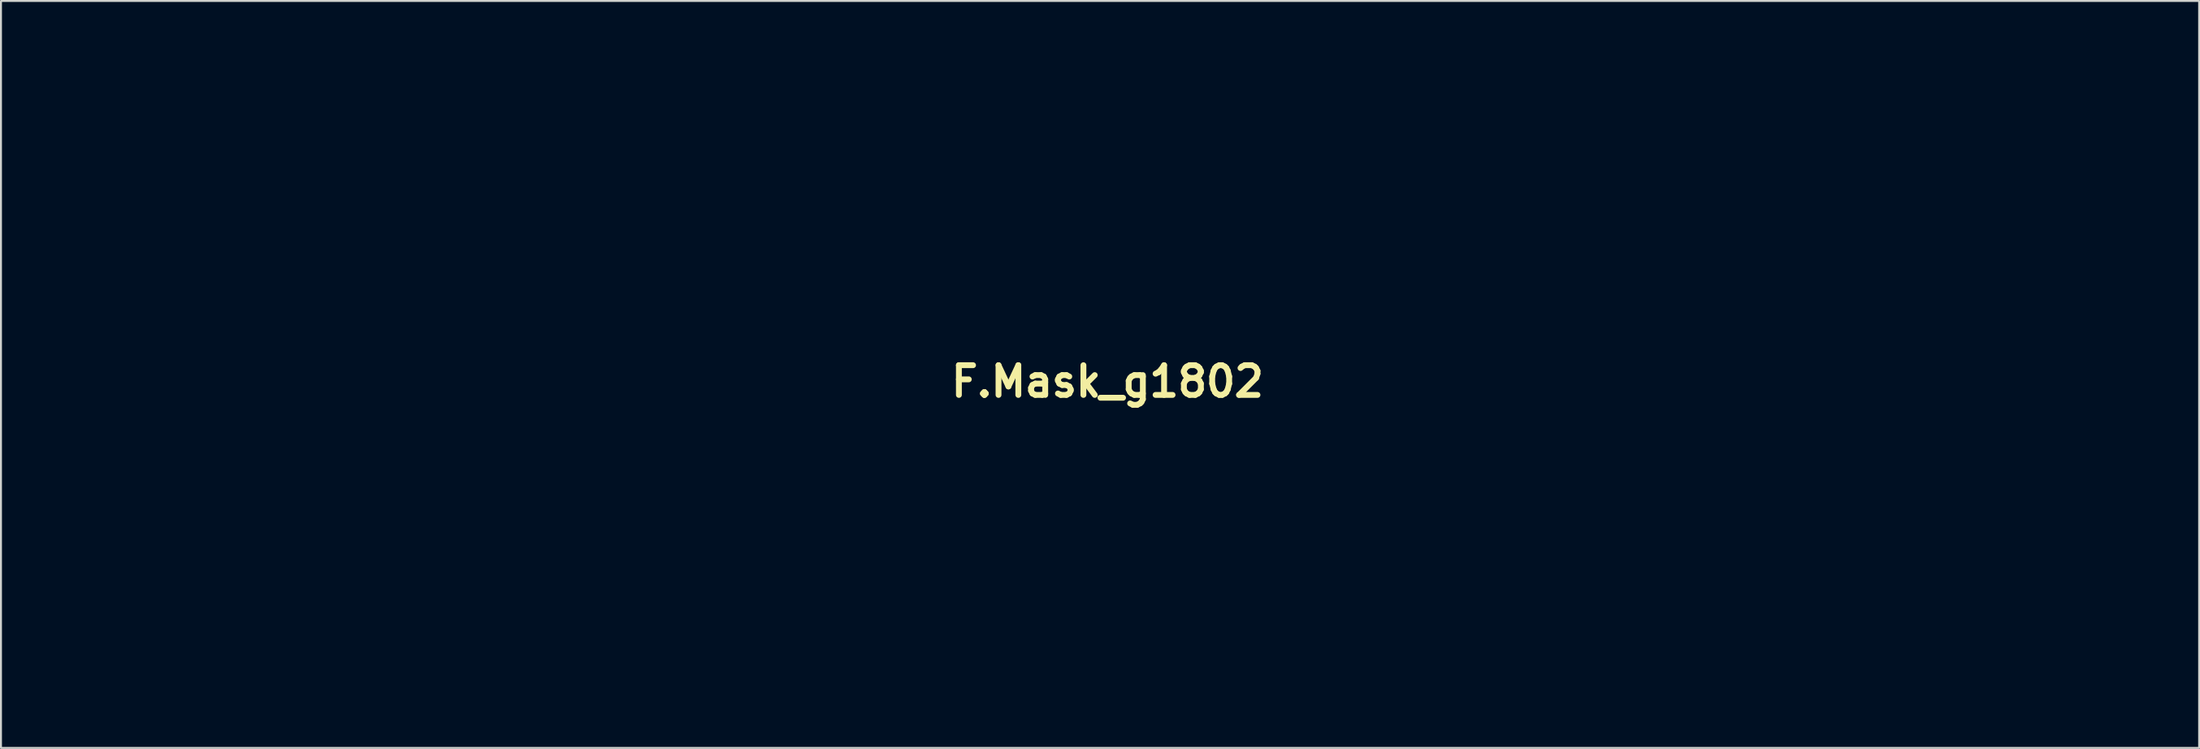
<source format=kicad_pcb>
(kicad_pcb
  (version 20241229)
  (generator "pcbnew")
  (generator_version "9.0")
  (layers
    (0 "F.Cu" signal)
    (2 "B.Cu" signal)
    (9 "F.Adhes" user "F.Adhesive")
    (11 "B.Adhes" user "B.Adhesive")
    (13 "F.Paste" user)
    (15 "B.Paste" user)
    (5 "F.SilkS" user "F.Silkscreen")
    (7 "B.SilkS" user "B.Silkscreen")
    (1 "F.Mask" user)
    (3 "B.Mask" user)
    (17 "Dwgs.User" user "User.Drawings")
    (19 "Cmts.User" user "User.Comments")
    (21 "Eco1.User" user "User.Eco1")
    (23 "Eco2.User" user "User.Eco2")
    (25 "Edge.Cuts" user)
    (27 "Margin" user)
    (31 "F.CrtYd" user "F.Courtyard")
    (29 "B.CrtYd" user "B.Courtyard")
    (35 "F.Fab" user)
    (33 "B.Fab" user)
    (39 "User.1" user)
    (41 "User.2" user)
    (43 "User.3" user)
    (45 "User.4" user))
  (footprint "F.Mask_g1802"
    (layer "F.Cu")
    (at 53.747 16.515)
    (property "Reference" "F.Mask_g1802" (at 0 0 0) (layer "F.SilkS") (effects (font (size 1.524 1.524) (thickness 0.3))))
    (attr through_hole)
    (fp_poly (pts (xy -1.143 1.928) (xy -0.867 1.929) (xy -0.553 1.929) (xy -0.265 1.93) (xy 1.704 1.937) (xy 1.843 2.002) (xy 1.964 2.074) (xy 2.075 2.166) (xy 2.167 2.269) (xy 2.23 2.372) (xy 2.236 2.388) (xy 2.244 2.41) (xy 2.25 2.436) (xy 2.256 2.47) (xy 2.26 2.515) (xy 2.264 2.573) (xy 2.268 2.648) (xy 2.271 2.744) (xy 2.273 2.862) (xy 2.275 3.007) (xy 2.277 3.182) (xy 2.278 3.389) (xy 2.28 3.632) (xy 2.281 3.913) (xy 2.281 3.936) (xy 2.283 4.249) (xy 2.283 4.523) (xy 2.283 4.76) (xy 2.282 4.965) (xy 2.28 5.139) (xy 2.277 5.286) (xy 2.273 5.409) (xy 2.267 5.511) (xy 2.259 5.595) (xy 2.249 5.665) (xy 2.238 5.722) (xy 2.224 5.771) (xy 2.209 5.814) (xy 2.191 5.855) (xy 2.188 5.86) (xy 2.15 5.93) (xy 2.109 5.975) (xy 2.049 6.011) (xy 2.016 6.027) (xy 1.932 6.062) (xy 1.831 6.098) (xy 1.749 6.124) (xy 1.721 6.131) (xy 1.693 6.138) (xy 1.661 6.144) (xy 1.622 6.149) (xy 1.575 6.153) (xy 1.515 6.157) (xy 1.44 6.16) (xy 1.347 6.162) (xy 1.233 6.164) (xy 1.096 6.166) (xy 0.932 6.167) (xy 0.739 6.169) (xy 0.513 6.169) (xy 0.253 6.17) (xy -0.046 6.171) (xy -0.222 6.172) (xy -0.501 6.172) (xy -0.771 6.172) (xy -1.029 6.172) (xy -1.271 6.171) (xy -1.494 6.17) (xy -1.694 6.169) (xy -1.868 6.167) (xy -2.013 6.165) (xy -2.124 6.163) (xy -2.199 6.161) (xy -2.227 6.159) (xy -2.404 6.136) (xy -2.546 6.103) (xy -2.66 6.054) (xy -2.754 5.989) (xy -2.833 5.902) (xy -2.861 5.863) (xy -2.89 5.82) (xy -2.915 5.781) (xy -2.937 5.742) (xy -2.955 5.701) (xy -2.97 5.654) (xy -2.983 5.598) (xy -2.993 5.53) (xy -3 5.446) (xy -3.006 5.344) (xy -3.01 5.22) (xy -3.013 5.071) (xy -3.015 4.893) (xy -3.016 4.685) (xy -3.016 4.441) (xy -3.016 4.16) (xy -3.016 4.043) (xy -3.016 2.593) (xy -2.958 2.468) (xy -2.897 2.357) (xy -2.821 2.247) (xy -2.738 2.148) (xy -2.655 2.068) (xy -2.581 2.017) (xy -2.578 2.016) (xy -2.544 2.001) (xy -2.511 1.987) (xy -2.476 1.976) (xy -2.435 1.966) (xy -2.386 1.957) (xy -2.326 1.95) (xy -2.253 1.944) (xy -2.164 1.939) (xy -2.056 1.935) (xy -1.927 1.932) (xy -1.774 1.93) (xy -1.594 1.929) (xy -1.384 1.928) (xy -1.143 1.928)) (stroke (width 0.01) (type solid)) (fill yes) (layer "F.Mask"))
    (fp_poly (pts (xy 0.395 -10.759) (xy 0.967 -10.707) (xy 1.512 -10.626) (xy 2.031 -10.513) (xy 2.525 -10.37) (xy 2.994 -10.195) (xy 3.44 -9.989) (xy 3.864 -9.751) (xy 4.267 -9.481) (xy 4.487 -9.313) (xy 4.608 -9.211) (xy 4.745 -9.088) (xy 4.892 -8.949) (xy 5.043 -8.802) (xy 5.19 -8.652) (xy 5.328 -8.506) (xy 5.45 -8.371) (xy 5.55 -8.252) (xy 5.597 -8.191) (xy 5.863 -7.8) (xy 6.091 -7.393) (xy 6.283 -6.974) (xy 6.438 -6.544) (xy 6.556 -6.107) (xy 6.636 -5.664) (xy 6.678 -5.219) (xy 6.681 -4.774) (xy 6.647 -4.332) (xy 6.573 -3.895) (xy 6.461 -3.465) (xy 6.309 -3.046) (xy 6.19 -2.781) (xy 5.977 -2.393) (xy 5.728 -2.025) (xy 5.442 -1.678) (xy 5.12 -1.353) (xy 4.922 -1.179) (xy 4.396 -0.764) (xy 3.854 -0.387) (xy 3.296 -0.048) (xy 2.724 0.251) (xy 2.138 0.511) (xy 1.54 0.732) (xy 0.931 0.911) (xy 0.768 0.952) (xy 0.639 0.984) (xy 0.513 1.016) (xy 0.4 1.046) (xy 0.312 1.071) (xy 0.275 1.083) (xy 0.177 1.105) (xy 0.047 1.122) (xy -0.105 1.133) (xy -0.269 1.137) (xy -0.435 1.134) (xy -0.594 1.124) (xy -0.702 1.112) (xy -1.268 1.016) (xy -1.809 0.891) (xy -2.331 0.735) (xy -2.844 0.546) (xy -3.354 0.321) (xy -3.537 0.232) (xy -3.956 0.009) (xy -4.366 -0.236) (xy -4.76 -0.497) (xy -4.943 -0.631) (xy -0.799 -0.631) (xy -0.728 -0.526) (xy -0.686 -0.455) (xy -0.655 -0.384) (xy -0.644 -0.348) (xy -0.615 -0.278) (xy -0.552 -0.211) (xy -0.543 -0.203) (xy -0.462 -0.144) (xy -0.398 -0.113) (xy -0.336 -0.112) (xy -0.266 -0.139) (xy -0.186 -0.185) (xy -0.102 -0.242) (xy -0.016 -0.306) (xy 0.039 -0.351) (xy 0.108 -0.409) (xy 0.18 -0.465) (xy 0.218 -0.492) (xy 0.299 -0.546) (xy 0.236 -0.591) (xy 0.192 -0.629) (xy 0.134 -0.69) (xy 0.074 -0.76) (xy 0.065 -0.771) (xy -0.027 -0.87) (xy -0.118 -0.934) (xy -0.218 -0.966) (xy -0.309 -0.974) (xy -0.37 -0.971) (xy -0.422 -0.959) (xy -0.472 -0.934) (xy -0.53 -0.89) (xy -0.604 -0.822) (xy -0.648 -0.779) (xy -0.799 -0.631) (xy -4.943 -0.631) (xy -5.133 -0.77) (xy -5.479 -1.052) (xy -5.791 -1.337) (xy -5.929 -1.476) (xy -6.253 -1.841) (xy -6.535 -2.218) (xy -6.778 -2.606) (xy -6.98 -3.008) (xy -7.141 -3.421) (xy -7.262 -3.846) (xy -7.317 -4.117) (xy -7.331 -4.235) (xy -7.342 -4.386) (xy -7.349 -4.562) (xy -7.351 -4.753) (xy -7.349 -4.953) (xy -7.344 -5.151) (xy -7.334 -5.339) (xy -7.321 -5.508) (xy -7.314 -5.563) (xy -7.274 -5.819) (xy -5.033 -5.819) (xy -5.031 -5.551) (xy -5.011 -5.272) (xy -4.974 -4.987) (xy -4.951 -4.854) (xy -4.868 -4.497) (xy -4.76 -4.147) (xy -4.629 -3.812) (xy -4.479 -3.502) (xy -4.407 -3.376) (xy -4.229 -3.108) (xy -4.035 -2.877) (xy -3.822 -2.681) (xy -3.586 -2.515) (xy -3.396 -2.411) (xy -3.242 -2.355) (xy -3.068 -2.326) (xy -2.888 -2.323) (xy -2.716 -2.349) (xy -2.63 -2.375) (xy -2.487 -2.448) (xy -2.354 -2.554) (xy -2.244 -2.683) (xy -2.237 -2.695) (xy -2.184 -2.779) (xy -2.136 -2.871) (xy -2.089 -2.975) (xy -2.041 -3.099) (xy -1.991 -3.247) (xy -1.935 -3.426) (xy -1.881 -3.609) (xy -1.795 -3.905) (xy -1.819 -4.17) (xy -1.832 -4.273) (xy 1.144 -4.273) (xy 1.163 -3.956) (xy 1.174 -3.873) (xy 1.204 -3.687) (xy 1.243 -3.498) (xy 1.286 -3.315) (xy 1.333 -3.147) (xy 1.38 -3.003) (xy 1.426 -2.891) (xy 1.429 -2.884) (xy 1.522 -2.729) (xy 1.636 -2.591) (xy 1.762 -2.48) (xy 1.87 -2.413) (xy 1.977 -2.37) (xy 2.097 -2.338) (xy 2.213 -2.321) (xy 2.307 -2.32) (xy 2.361 -2.327) (xy 2.433 -2.336) (xy 2.457 -2.339) (xy 2.604 -2.376) (xy 2.76 -2.451) (xy 2.92 -2.56) (xy 3.083 -2.699) (xy 3.245 -2.864) (xy 3.402 -3.053) (xy 3.552 -3.262) (xy 3.691 -3.488) (xy 3.816 -3.726) (xy 3.895 -3.901) (xy 3.977 -4.121) (xy 4.053 -4.368) (xy 4.122 -4.634) (xy 4.18 -4.91) (xy 4.228 -5.187) (xy 4.263 -5.456) (xy 4.284 -5.709) (xy 4.288 -5.937) (xy 4.285 -6.032) (xy 4.255 -6.283) (xy 4.201 -6.53) (xy 4.125 -6.764) (xy 4.029 -6.976) (xy 3.918 -7.157) (xy 3.911 -7.167) (xy 3.779 -7.315) (xy 3.63 -7.434) (xy 3.469 -7.521) (xy 3.302 -7.572) (xy 3.133 -7.586) (xy 3.036 -7.576) (xy 2.921 -7.543) (xy 2.792 -7.487) (xy 2.662 -7.415) (xy 2.544 -7.335) (xy 2.477 -7.277) (xy 2.379 -7.178) (xy 2.265 -7.055) (xy 2.144 -6.918) (xy 2.026 -6.778) (xy 1.918 -6.645) (xy 1.829 -6.529) (xy 1.825 -6.523) (xy 1.747 -6.404) (xy 1.66 -6.256) (xy 1.572 -6.091) (xy 1.486 -5.919) (xy 1.41 -5.753) (xy 1.349 -5.602) (xy 1.334 -5.559) (xy 1.248 -5.259) (xy 1.187 -4.937) (xy 1.152 -4.604) (xy 1.144 -4.273) (xy -1.832 -4.273) (xy -1.875 -4.631) (xy -1.956 -5.06) (xy -2.062 -5.458) (xy -2.195 -5.828) (xy -2.318 -6.101) (xy -2.423 -6.299) (xy -2.537 -6.48) (xy -2.665 -6.654) (xy -2.815 -6.831) (xy -2.994 -7.02) (xy -3.005 -7.031) (xy -3.169 -7.191) (xy -3.313 -7.319) (xy -3.441 -7.419) (xy -3.559 -7.492) (xy -3.671 -7.542) (xy -3.781 -7.571) (xy -3.895 -7.583) (xy -3.937 -7.583) (xy -4.107 -7.563) (xy -4.26 -7.505) (xy -4.398 -7.41) (xy -4.521 -7.275) (xy -4.632 -7.101) (xy -4.633 -7.1) (xy -4.684 -7.009) (xy -4.738 -6.918) (xy -4.785 -6.845) (xy -4.794 -6.832) (xy -4.874 -6.689) (xy -4.938 -6.512) (xy -4.986 -6.305) (xy -5.018 -6.072) (xy -5.033 -5.819) (xy -7.274 -5.819) (xy -7.24 -6.035) (xy -7.128 -6.495) (xy -6.981 -6.94) (xy -6.8 -7.368) (xy -6.588 -7.776) (xy -6.344 -8.162) (xy -6.071 -8.524) (xy -5.771 -8.859) (xy -5.444 -9.164) (xy -5.093 -9.438) (xy -4.778 -9.643) (xy -4.276 -9.917) (xy -3.755 -10.154) (xy -3.215 -10.354) (xy -2.658 -10.515) (xy -2.085 -10.639) (xy -1.497 -10.723) (xy -0.896 -10.769) (xy -0.836 -10.771) (xy -0.206 -10.78) (xy 0.395 -10.759)) (stroke (width 0.01) (type solid)) (fill yes) (layer "F.Mask"))
    (fp_poly (pts (xy 20.451 -15.408) (xy 21.331 -14.307) (xy 21.311 -14.218) (xy 21.233 -13.872) (xy 21.149 -13.496) (xy 21.058 -13.092) (xy 20.961 -12.66) (xy 20.858 -12.203) (xy 20.751 -11.722) (xy 20.638 -11.218) (xy 20.52 -10.694) (xy 20.398 -10.15) (xy 20.273 -9.588) (xy 20.143 -9.009) (xy 20.011 -8.416) (xy 19.875 -7.809) (xy 19.737 -7.191) (xy 19.597 -6.562) (xy 19.454 -5.925) (xy 19.31 -5.28) (xy 19.165 -4.629) (xy 19.019 -3.975) (xy 18.873 -3.318) (xy 18.726 -2.659) (xy 18.579 -2.001) (xy 18.433 -1.345) (xy 18.287 -0.693) (xy 18.143 -0.045) (xy 18 0.596) (xy 17.859 1.229) (xy 17.721 1.853) (xy 17.584 2.465) (xy 17.451 3.065) (xy 17.321 3.65) (xy 17.194 4.22) (xy 17.071 4.773) (xy 16.952 5.307) (xy 16.838 5.821) (xy 16.729 6.312) (xy 16.625 6.781) (xy 16.527 7.225) (xy 16.434 7.642) (xy 16.348 8.032) (xy 16.269 8.392) (xy 16.196 8.721) (xy 16.13 9.017) (xy 16.073 9.28) (xy 16.023 9.507) (xy 15.981 9.697) (xy 15.948 9.848) (xy 15.929 9.938) (xy 15.897 10.089) (xy 15.866 10.231) (xy 15.839 10.356) (xy 15.817 10.458) (xy 15.8 10.532) (xy 15.792 10.567) (xy 15.774 10.647) (xy 52.98 10.647) (xy 52.98 15.79) (xy -53.742 15.79) (xy -53.742 10.647) (xy -35.401 10.647) (xy -34.521 10.647) (xy -33.652 10.647) (xy -32.793 10.647) (xy -31.948 10.647) (xy -31.115 10.647) (xy -30.296 10.646) (xy -29.493 10.646) (xy -28.706 10.646) (xy -27.936 10.646) (xy -27.184 10.646) (xy -26.451 10.645) (xy -25.738 10.645) (xy -25.046 10.645) (xy -24.376 10.645) (xy -23.729 10.644) (xy -23.106 10.644) (xy -22.507 10.644) (xy -21.934 10.643) (xy -21.388 10.643) (xy -20.87 10.643) (xy -20.38 10.642) (xy -19.92 10.642) (xy -19.491 10.641) (xy -19.093 10.641) (xy -18.728 10.641) (xy -18.396 10.64) (xy -18.098 10.64) (xy -17.836 10.639) (xy -17.611 10.639) (xy -17.422 10.638) (xy -17.272 10.638) (xy -17.161 10.637) (xy -17.091 10.637) (xy -17.061 10.636) (xy -17.06 10.636) (xy -17.065 10.614) (xy -17.078 10.552) (xy -17.099 10.455) (xy -17.128 10.323) (xy -17.164 10.16) (xy -17.207 9.968) (xy -17.255 9.75) (xy -17.309 9.508) (xy -17.367 9.244) (xy -17.43 8.961) (xy -17.497 8.662) (xy -17.567 8.348) (xy -17.639 8.024) (xy -17.713 7.689) (xy -17.789 7.349) (xy -17.866 7.004) (xy -17.944 6.658) (xy -18.021 6.312) (xy -18.079 6.054) (xy -18.244 5.315) (xy -18.413 4.563) (xy -18.584 3.799) (xy -18.758 3.026) (xy -18.933 2.245) (xy -19.11 1.459) (xy -19.288 0.67) (xy -19.466 -0.12) (xy -19.644 -0.91) (xy -19.822 -1.696) (xy -19.999 -2.478) (xy -20.174 -3.252) (xy -20.347 -4.017) (xy -20.518 -4.77) (xy -20.666 -5.422) (xy -8.823 -5.422) (xy -8.821 -5.211) (xy -8.814 -5.023) (xy -8.807 -4.908) (xy -8.745 -4.387) (xy -8.647 -3.879) (xy -8.516 -3.387) (xy -8.352 -2.911) (xy -8.156 -2.455) (xy -7.93 -2.022) (xy -7.674 -1.614) (xy -7.391 -1.233) (xy -7.08 -0.882) (xy -6.84 -0.649) (xy -6.681 -0.508) (xy -6.518 -0.372) (xy -6.348 -0.238) (xy -6.165 -0.102) (xy -5.965 0.038) (xy -5.744 0.187) (xy -5.496 0.346) (xy -5.218 0.52) (xy -5.038 0.63) (xy -4.813 0.768) (xy -4.62 0.889) (xy -4.461 0.99) (xy -4.337 1.073) (xy -4.247 1.136) (xy -4.192 1.18) (xy -4.174 1.201) (xy -4.185 1.222) (xy -4.21 1.228) (xy -4.246 1.24) (xy -4.255 1.277) (xy -4.259 1.293) (xy -4.274 1.313) (xy -4.305 1.34) (xy -4.353 1.375) (xy -4.423 1.421) (xy -4.518 1.481) (xy -4.641 1.556) (xy -4.797 1.649) (xy -4.852 1.682) (xy -5.027 1.786) (xy -5.216 1.899) (xy -5.411 2.015) (xy -5.6 2.128) (xy -5.773 2.232) (xy -5.921 2.321) (xy -5.927 2.324) (xy -6.063 2.406) (xy -6.195 2.484) (xy -6.317 2.555) (xy -6.42 2.615) (xy -6.5 2.66) (xy -6.54 2.682) (xy -6.759 2.819) (xy -6.945 2.979) (xy -7.097 3.159) (xy -7.214 3.359) (xy -7.292 3.575) (xy -7.292 3.577) (xy -7.32 3.758) (xy -7.318 3.957) (xy -7.285 4.168) (xy -7.232 4.354) (xy -7.179 4.496) (xy -7.122 4.611) (xy -7.055 4.712) (xy -6.968 4.812) (xy -6.903 4.879) (xy -6.716 5.035) (xy -6.516 5.151) (xy -6.304 5.227) (xy -6.079 5.263) (xy -5.841 5.258) (xy -5.593 5.213) (xy -5.421 5.161) (xy -5.291 5.113) (xy -5.187 5.068) (xy -5.094 5.019) (xy -4.997 4.957) (xy -4.9 4.888) (xy -4.681 4.739) (xy -4.423 4.583) (xy -4.132 4.421) (xy -3.911 4.306) (xy -3.784 4.241) (xy -3.69 4.191) (xy -3.625 4.153) (xy -3.585 4.125) (xy -3.563 4.102) (xy -3.556 4.082) (xy -3.556 4.079) (xy -3.552 4.058) (xy -3.537 4.06) (xy -3.505 4.088) (xy -3.459 4.137) (xy -3.362 4.242) (xy -3.372 5.587) (xy -3.374 5.862) (xy -3.376 6.098) (xy -3.378 6.299) (xy -3.38 6.468) (xy -3.382 6.609) (xy -3.385 6.726) (xy -3.388 6.822) (xy -3.393 6.901) (xy -3.397 6.966) (xy -3.403 7.021) (xy -3.41 7.07) (xy -3.418 7.116) (xy -3.424 7.144) (xy -3.491 7.442) (xy -3.566 7.708) (xy -3.655 7.953) (xy -3.759 8.189) (xy -3.83 8.329) (xy -3.921 8.5) (xy -3.992 8.64) (xy -4.047 8.757) (xy -4.088 8.856) (xy -4.116 8.943) (xy -4.134 9.026) (xy -4.144 9.11) (xy -4.148 9.201) (xy -4.149 9.271) (xy -4.131 9.501) (xy -4.078 9.717) (xy -3.993 9.915) (xy -3.879 10.091) (xy -3.738 10.24) (xy -3.572 10.36) (xy -3.385 10.447) (xy -3.383 10.447) (xy -3.114 10.521) (xy -2.853 10.555) (xy -2.603 10.551) (xy -2.46 10.529) (xy -2.26 10.474) (xy -2.084 10.392) (xy -1.922 10.277) (xy -1.809 10.173) (xy -1.743 10.105) (xy -1.693 10.049) (xy -1.653 9.997) (xy -1.619 9.937) (xy -1.583 9.862) (xy -1.54 9.761) (xy -1.516 9.705) (xy -1.477 9.606) (xy -1.425 9.476) (xy -1.366 9.324) (xy -1.301 9.156) (xy -1.235 8.983) (xy -1.171 8.812) (xy -1.165 8.795) (xy -1.078 8.565) (xy -1.004 8.368) (xy -0.939 8.198) (xy -0.882 8.048) (xy -0.829 7.913) (xy -0.778 7.786) (xy -0.727 7.66) (xy -0.673 7.529) (xy -0.662 7.504) (xy -0.619 7.398) (xy -0.577 7.296) (xy -0.544 7.211) (xy -0.521 7.153) (xy -0.521 7.153) (xy -0.486 7.079) (xy -0.439 7.012) (xy -0.423 6.995) (xy -0.36 6.935) (xy -0.36 7.001) (xy -0.353 7.041) (xy -0.329 7.088) (xy -0.282 7.149) (xy -0.224 7.215) (xy -0.16 7.285) (xy -0.105 7.35) (xy -0.066 7.398) (xy -0.056 7.412) (xy -0.041 7.444) (xy -0.014 7.511) (xy 0.022 7.607) (xy 0.065 7.726) (xy 0.114 7.864) (xy 0.167 8.014) (xy 0.181 8.054) (xy 0.309 8.423) (xy 0.429 8.757) (xy 0.541 9.057) (xy 0.643 9.321) (xy 0.735 9.548) (xy 0.818 9.737) (xy 0.89 9.887) (xy 0.951 9.997) (xy 0.955 10.002) (xy 1.089 10.176) (xy 1.252 10.319) (xy 1.443 10.431) (xy 1.663 10.511) (xy 1.672 10.514) (xy 1.767 10.532) (xy 1.888 10.545) (xy 2.026 10.552) (xy 2.169 10.554) (xy 2.308 10.55) (xy 2.432 10.54) (xy 2.53 10.525) (xy 2.572 10.514) (xy 2.657 10.474) (xy 2.759 10.411) (xy 2.869 10.332) (xy 2.975 10.246) (xy 3.067 10.161) (xy 3.128 10.092) (xy 3.251 9.898) (xy 3.338 9.687) (xy 3.389 9.463) (xy 3.403 9.23) (xy 3.379 8.993) (xy 3.319 8.756) (xy 3.221 8.525) (xy 3.202 8.488) (xy 3.074 8.246) (xy 2.969 8.029) (xy 2.882 7.829) (xy 2.813 7.637) (xy 2.757 7.445) (xy 2.711 7.244) (xy 2.673 7.025) (xy 2.645 6.816) (xy 2.64 6.758) (xy 2.636 6.667) (xy 2.631 6.546) (xy 2.627 6.399) (xy 2.623 6.231) (xy 2.62 6.045) (xy 2.617 5.846) (xy 2.614 5.638) (xy 2.611 5.425) (xy 2.609 5.212) (xy 2.608 5.003) (xy 2.607 4.801) (xy 2.606 4.611) (xy 2.607 4.437) (xy 2.608 4.284) (xy 2.609 4.156) (xy 2.611 4.056) (xy 2.614 3.989) (xy 2.618 3.959) (xy 2.619 3.958) (xy 2.649 3.973) (xy 2.668 3.992) (xy 2.7 4.017) (xy 2.758 4.053) (xy 2.832 4.093) (xy 2.846 4.1) (xy 2.995 4.178) (xy 3.178 4.279) (xy 3.394 4.401) (xy 3.643 4.545) (xy 3.924 4.711) (xy 4.009 4.762) (xy 4.146 4.842) (xy 4.276 4.919) (xy 4.394 4.988) (xy 4.493 5.045) (xy 4.568 5.087) (xy 4.609 5.109) (xy 4.81 5.19) (xy 5.025 5.241) (xy 5.244 5.26) (xy 5.458 5.247) (xy 5.657 5.201) (xy 5.662 5.199) (xy 5.882 5.103) (xy 6.079 4.978) (xy 6.248 4.827) (xy 6.387 4.652) (xy 6.492 4.459) (xy 6.551 4.287) (xy 6.568 4.186) (xy 6.579 4.05) (xy 6.583 3.884) (xy 6.583 3.608) (xy 6.488 3.442) (xy 6.374 3.257) (xy 6.248 3.087) (xy 6.106 2.927) (xy 5.944 2.773) (xy 5.755 2.619) (xy 5.536 2.463) (xy 5.292 2.304) (xy 5.195 2.244) (xy 5.102 2.188) (xy 5.009 2.133) (xy 4.91 2.076) (xy 4.8 2.015) (xy 4.673 1.945) (xy 4.523 1.865) (xy 4.345 1.77) (xy 4.18 1.683) (xy 4.002 1.589) (xy 3.857 1.512) (xy 3.742 1.451) (xy 3.654 1.403) (xy 3.589 1.364) (xy 3.544 1.333) (xy 3.515 1.307) (xy 3.499 1.283) (xy 3.492 1.259) (xy 3.491 1.233) (xy 3.492 1.201) (xy 3.493 1.178) (xy 3.493 1.048) (xy 3.836 0.889) (xy 4.109 0.76) (xy 4.35 0.642) (xy 4.565 0.529) (xy 4.762 0.42) (xy 4.946 0.308) (xy 5.127 0.191) (xy 5.31 0.065) (xy 5.36 0.029) (xy 5.787 -0.303) (xy 6.178 -0.657) (xy 6.534 -1.033) (xy 6.854 -1.431) (xy 7.138 -1.85) (xy 7.385 -2.289) (xy 7.594 -2.748) (xy 7.766 -3.226) (xy 7.901 -3.722) (xy 7.937 -3.894) (xy 8.009 -4.326) (xy 8.056 -4.783) (xy 8.08 -5.255) (xy 8.08 -5.733) (xy 8.056 -6.207) (xy 8.008 -6.667) (xy 7.937 -7.104) (xy 7.916 -7.207) (xy 7.79 -7.699) (xy 7.629 -8.174) (xy 7.434 -8.631) (xy 7.205 -9.065) (xy 6.945 -9.474) (xy 6.654 -9.857) (xy 6.452 -10.086) (xy 6.107 -10.435) (xy 5.749 -10.754) (xy 5.374 -11.044) (xy 4.978 -11.308) (xy 4.558 -11.549) (xy 4.109 -11.768) (xy 3.628 -11.969) (xy 3.111 -12.153) (xy 3.101 -12.156) (xy 2.665 -12.29) (xy 2.238 -12.403) (xy 1.807 -12.498) (xy 1.36 -12.577) (xy 0.886 -12.643) (xy 0.815 -12.651) (xy 0.671 -12.664) (xy 0.492 -12.675) (xy 0.286 -12.683) (xy 0.061 -12.688) (xy -0.174 -12.691) (xy -0.414 -12.69) (xy -0.649 -12.688) (xy -0.873 -12.682) (xy -1.077 -12.674) (xy -1.253 -12.663) (xy -1.386 -12.651) (xy -2.004 -12.565) (xy -2.597 -12.453) (xy -3.173 -12.314) (xy -3.743 -12.145) (xy -4.318 -11.943) (xy -4.474 -11.882) (xy -4.84 -11.732) (xy -5.172 -11.581) (xy -5.476 -11.425) (xy -5.762 -11.259) (xy -6.036 -11.08) (xy -6.307 -10.882) (xy -6.413 -10.799) (xy -6.521 -10.709) (xy -6.648 -10.594) (xy -6.787 -10.463) (xy -6.93 -10.323) (xy -7.069 -10.181) (xy -7.197 -10.045) (xy -7.307 -9.923) (xy -7.374 -9.842) (xy -7.678 -9.428) (xy -7.947 -8.988) (xy -8.183 -8.525) (xy -8.383 -8.04) (xy -8.548 -7.533) (xy -8.678 -7.005) (xy -8.771 -6.459) (xy -8.774 -6.435) (xy -8.791 -6.274) (xy -8.805 -6.081) (xy -8.815 -5.868) (xy -8.821 -5.644) (xy -8.823 -5.422) (xy -20.666 -5.422) (xy -20.686 -5.51) (xy -20.851 -6.234) (xy -21.011 -6.941) (xy -21.168 -7.627) (xy -21.32 -8.292) (xy -21.466 -8.933) (xy -21.607 -9.548) (xy -21.741 -10.135) (xy -21.869 -10.691) (xy -21.989 -11.215) (xy -22.102 -11.705) (xy -22.207 -12.158) (xy -22.303 -12.572) (xy -22.328 -12.68) (xy -22.371 -12.866) (xy -22.412 -13.044) (xy -22.449 -13.209) (xy -22.482 -13.355) (xy -22.509 -13.476) (xy -22.529 -13.569) (xy -22.541 -13.627) (xy -22.542 -13.633) (xy -22.556 -13.708) (xy -22.578 -13.81) (xy -22.604 -13.926) (xy -22.63 -14.039) (xy -22.656 -14.149) (xy -22.673 -14.226) (xy -22.681 -14.278) (xy -22.681 -14.313) (xy -22.673 -14.339) (xy -22.659 -14.364) (xy -22.656 -14.369) (xy -22.637 -14.397) (xy -22.596 -14.457) (xy -22.537 -14.545) (xy -22.46 -14.658) (xy -22.368 -14.793) (xy -22.264 -14.947) (xy -22.149 -15.117) (xy -22.025 -15.298) (xy -21.909 -15.469) (xy -21.201 -16.51) (xy -0.814 -16.51) (xy 19.572 -16.51) (xy 20.451 -15.408)) (stroke (width 0.01) (type solid)) (fill yes) (layer "F.Mask")))
  (gr_rect
    (start -3 -3)
    (end 109.732 35.31)
    (stroke (width 0.1) (type default))
    (fill no)
    (layer "Edge.Cuts")))
</source>
